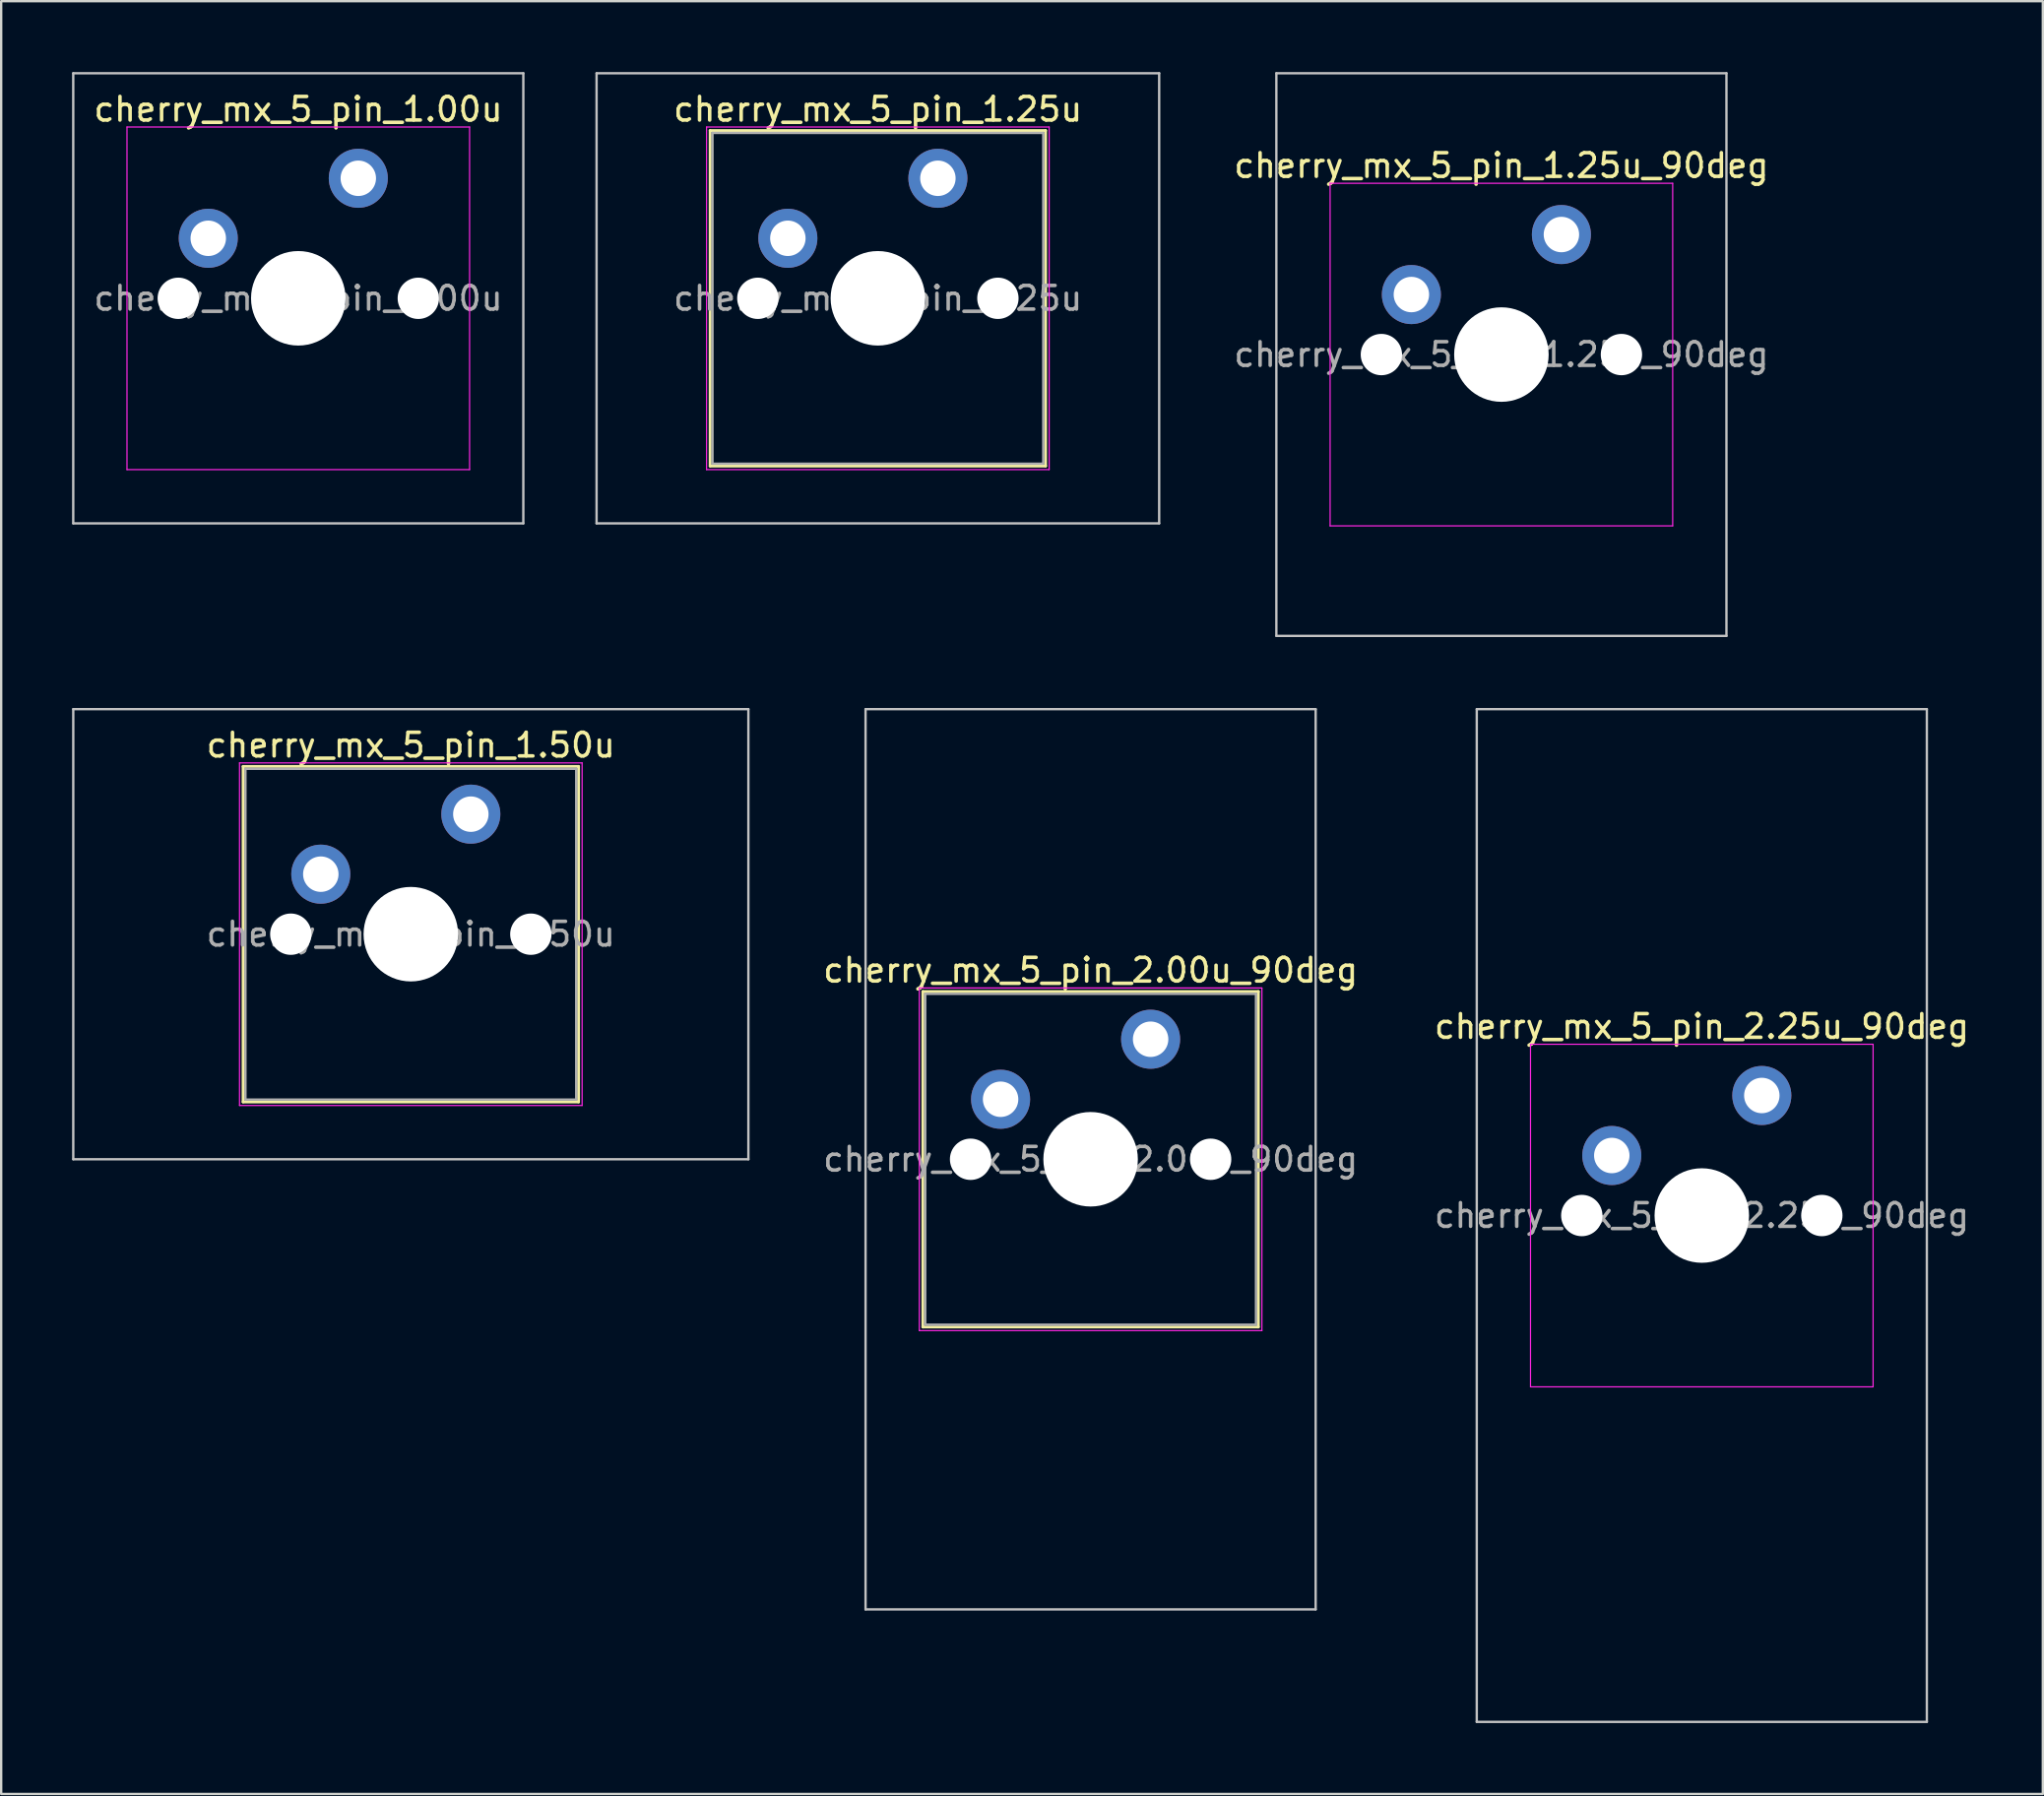
<source format=kicad_pcb>
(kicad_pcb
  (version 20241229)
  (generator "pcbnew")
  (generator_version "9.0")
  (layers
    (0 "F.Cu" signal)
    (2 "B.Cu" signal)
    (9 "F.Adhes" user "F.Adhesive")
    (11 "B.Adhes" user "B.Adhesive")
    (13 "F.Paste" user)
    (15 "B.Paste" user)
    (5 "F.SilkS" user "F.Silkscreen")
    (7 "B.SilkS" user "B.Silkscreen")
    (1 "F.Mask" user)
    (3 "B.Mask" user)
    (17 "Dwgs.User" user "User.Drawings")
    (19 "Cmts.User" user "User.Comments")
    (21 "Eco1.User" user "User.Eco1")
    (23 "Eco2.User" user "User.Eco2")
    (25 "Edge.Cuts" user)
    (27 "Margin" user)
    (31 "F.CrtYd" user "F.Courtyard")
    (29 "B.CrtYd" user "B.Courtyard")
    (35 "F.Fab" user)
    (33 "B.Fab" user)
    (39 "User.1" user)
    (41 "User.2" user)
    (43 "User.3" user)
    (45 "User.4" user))
  (footprint "cherry_mx_5_pin_1.25u_90deg"
    (layer "F.Cu")
    (at 60.497 11.956)
    (property "Reference" "cherry_mx_5_pin_1.25u_90deg" (at 0 -8 0) (layer "F.SilkS") (effects (font (size 1 1) (thickness 0.15))))
    (fp_line (start -9.525 -11.906) (end 9.525 -11.906) (stroke (width 0.1) (type solid)) (layer "Dwgs.User"))
    (fp_line (start -9.525 11.906) (end -9.525 -11.906) (stroke (width 0.1) (type solid)) (layer "Dwgs.User"))
    (fp_line (start 9.525 -11.906) (end 9.525 11.906) (stroke (width 0.1) (type solid)) (layer "Dwgs.User"))
    (fp_line (start 9.525 11.906) (end -9.525 11.906) (stroke (width 0.1) (type solid)) (layer "Dwgs.User"))
    (fp_line (start -7 -6.5) (end -7 6.491) (stroke (width 0.1) (type solid)) (layer "Eco2.User"))
    (fp_line (start -6.5 -7) (end 6.5 -7) (stroke (width 0.1) (type solid)) (layer "Eco2.User"))
    (fp_line (start -6.5 6.991) (end 6.5 7) (stroke (width 0.1) (type solid)) (layer "Eco2.User"))
    (fp_line (start 7 -6.5) (end 7 6.5) (stroke (width 0.1) (type solid)) (layer "Eco2.User"))
    (fp_arc (start -7 -6.5) (mid -6.853553 -6.853553) (end -6.5 -7) (stroke (width 0.1) (type solid)) (layer "Eco2.User"))
    (fp_arc (start -6.5 6.990924) (mid -6.853553 6.844477) (end -7 6.490924) (stroke (width 0.1) (type solid)) (layer "Eco2.User"))
    (fp_arc (start 6.5 -7) (mid 6.853553 -6.853553) (end 7 -6.5) (stroke (width 0.1) (type solid)) (layer "Eco2.User"))
    (fp_arc (start 7 6.5) (mid 6.853553 6.853553) (end 6.5 7) (stroke (width 0.1) (type solid)) (layer "Eco2.User"))
    (fp_line (start -7.25 -7.25) (end -7.25 7.25) (stroke (width 0.05) (type solid)) (layer "F.CrtYd"))
    (fp_line (start -7.25 7.25) (end 7.25 7.25) (stroke (width 0.05) (type solid)) (layer "F.CrtYd"))
    (fp_line (start 7.25 -7.25) (end -7.25 -7.25) (stroke (width 0.05) (type solid)) (layer "F.CrtYd"))
    (fp_line (start 7.25 7.25) (end 7.25 -7.25) (stroke (width 0.05) (type solid)) (layer "F.CrtYd"))
    (fp_text user "${REFERENCE}" (at 0 0 0) (layer "F.Fab") (effects (font (size 1 1) (thickness 0.15))))
    (pad "" np_thru_hole circle (at -5.08 0) (size 1.75 1.75) (drill 1.75) (layers "*.Cu" "*.Mask"))
    (pad "" smd circle (at -3.81 -2.54) (size 1.55 1.55) (layers "F.Mask"))
    (pad "" np_thru_hole circle (at 0 0) (size 4 4) (drill 4) (layers "*.Cu" "*.Mask"))
    (pad "" smd circle (at 2.54 -5.08) (size 1.55 1.55) (layers "F.Mask"))
    (pad "" np_thru_hole circle (at 5.08 0) (size 1.75 1.75) (drill 1.75) (layers "*.Cu" "*.Mask"))
    (pad "1" thru_hole circle (at -3.81 -2.54) (size 2.5 2.5) (drill 1.5) (layers "*.Cu" "B.Mask"))
    (pad "2" thru_hole circle (at 2.54 -5.08) (size 2.5 2.5) (drill 1.5) (layers "*.Cu" "B.Mask")))
  (footprint "cherry_mx_5_pin_2.00u_90deg"
    (layer "F.Cu")
    (at 43.11 46.013)
    (property "Reference" "cherry_mx_5_pin_2.00u_90deg" (at 0 -8 0) (layer "F.SilkS") (effects (font (size 1 1) (thickness 0.15))))
    (attr through_hole)
    (fp_line (start -7.1 -7.1) (end -7.1 7.1) (stroke (width 0.12) (type solid)) (layer "F.SilkS"))
    (fp_line (start -7.1 7.1) (end 7.1 7.1) (stroke (width 0.12) (type solid)) (layer "F.SilkS"))
    (fp_line (start 7.1 -7.1) (end -7.1 -7.1) (stroke (width 0.12) (type solid)) (layer "F.SilkS"))
    (fp_line (start 7.1 7.1) (end 7.1 -7.1) (stroke (width 0.12) (type solid)) (layer "F.SilkS"))
    (fp_line (start -9.525 -19.05) (end 9.525 -19.05) (stroke (width 0.1) (type solid)) (layer "Dwgs.User"))
    (fp_line (start -9.525 19.05) (end -9.525 -19.05) (stroke (width 0.1) (type solid)) (layer "Dwgs.User"))
    (fp_line (start 9.525 -19.05) (end 9.525 19.05) (stroke (width 0.1) (type solid)) (layer "Dwgs.User"))
    (fp_line (start 9.525 19.05) (end -9.525 19.05) (stroke (width 0.1) (type solid)) (layer "Dwgs.User"))
    (fp_line (start -7 -7) (end -7 7) (stroke (width 0.1) (type solid)) (layer "Eco1.User"))
    (fp_line (start -7 7) (end 7 7) (stroke (width 0.1) (type solid)) (layer "Eco1.User"))
    (fp_line (start 7 -7) (end -7 -7) (stroke (width 0.1) (type solid)) (layer "Eco1.User"))
    (fp_line (start 7 7) (end 7 -7) (stroke (width 0.1) (type solid)) (layer "Eco1.User"))
    (fp_line (start -7.25 -7.25) (end -7.25 7.25) (stroke (width 0.05) (type solid)) (layer "F.CrtYd"))
    (fp_line (start -7.25 7.25) (end 7.25 7.25) (stroke (width 0.05) (type solid)) (layer "F.CrtYd"))
    (fp_line (start 7.25 -7.25) (end -7.25 -7.25) (stroke (width 0.05) (type solid)) (layer "F.CrtYd"))
    (fp_line (start 7.25 7.25) (end 7.25 -7.25) (stroke (width 0.05) (type solid)) (layer "F.CrtYd"))
    (fp_line (start -7 -7) (end -7 7) (stroke (width 0.1) (type solid)) (layer "F.Fab"))
    (fp_line (start -7 7) (end 7 7) (stroke (width 0.1) (type solid)) (layer "F.Fab"))
    (fp_line (start 7 -7) (end -7 -7) (stroke (width 0.1) (type solid)) (layer "F.Fab"))
    (fp_line (start 7 7) (end 7 -7) (stroke (width 0.1) (type solid)) (layer "F.Fab"))
    (fp_text user "${REFERENCE}" (at 0 0 0) (layer "F.Fab") (effects (font (size 1 1) (thickness 0.15))))
    (pad "" np_thru_hole circle (at -5.08 0) (size 1.75 1.75) (drill 1.75) (layers "*.Cu" "*.Mask"))
    (pad "" smd circle (at -3.81 -2.54) (size 1.55 1.55) (layers "F.Mask"))
    (pad "" np_thru_hole circle (at 0 0) (size 4 4) (drill 4) (layers "*.Cu" "*.Mask"))
    (pad "" smd circle (at 2.54 -5.08) (size 1.55 1.55) (layers "F.Mask"))
    (pad "" np_thru_hole circle (at 5.08 0) (size 1.75 1.75) (drill 1.75) (layers "*.Cu" "*.Mask"))
    (pad "1" thru_hole circle (at -3.81 -2.54) (size 2.5 2.5) (drill 1.5) (layers "*.Cu" "B.Mask"))
    (pad "2" thru_hole circle (at 2.54 -5.08) (size 2.5 2.5) (drill 1.5) (layers "*.Cu" "B.Mask")))
  (footprint "cherry_mx_5_pin_1.50u"
    (layer "F.Cu")
    (at 14.338 36.487)
    (property "Reference" "cherry_mx_5_pin_1.50u" (at 0 -8 0) (layer "F.SilkS") (effects (font (size 1 1) (thickness 0.15))))
    (attr through_hole)
    (fp_line (start -7.1 -7.1) (end -7.1 7.1) (stroke (width 0.12) (type solid)) (layer "F.SilkS"))
    (fp_line (start -7.1 7.1) (end 7.1 7.1) (stroke (width 0.12) (type solid)) (layer "F.SilkS"))
    (fp_line (start 7.1 -7.1) (end -7.1 -7.1) (stroke (width 0.12) (type solid)) (layer "F.SilkS"))
    (fp_line (start 7.1 7.1) (end 7.1 -7.1) (stroke (width 0.12) (type solid)) (layer "F.SilkS"))
    (fp_line (start -14.287 -9.525) (end -14.287 9.525) (stroke (width 0.1) (type solid)) (layer "Dwgs.User"))
    (fp_line (start -14.287 9.525) (end 14.287 9.525) (stroke (width 0.1) (type solid)) (layer "Dwgs.User"))
    (fp_line (start 14.287 -9.525) (end -14.287 -9.525) (stroke (width 0.1) (type solid)) (layer "Dwgs.User"))
    (fp_line (start 14.287 9.525) (end 14.287 -9.525) (stroke (width 0.1) (type solid)) (layer "Dwgs.User"))
    (fp_line (start -7 -7) (end -7 7) (stroke (width 0.1) (type solid)) (layer "Eco1.User"))
    (fp_line (start -7 7) (end 7 7) (stroke (width 0.1) (type solid)) (layer "Eco1.User"))
    (fp_line (start 7 -7) (end -7 -7) (stroke (width 0.1) (type solid)) (layer "Eco1.User"))
    (fp_line (start 7 7) (end 7 -7) (stroke (width 0.1) (type solid)) (layer "Eco1.User"))
    (fp_line (start -7.25 -7.25) (end -7.25 7.25) (stroke (width 0.05) (type solid)) (layer "F.CrtYd"))
    (fp_line (start -7.25 7.25) (end 7.25 7.25) (stroke (width 0.05) (type solid)) (layer "F.CrtYd"))
    (fp_line (start 7.25 -7.25) (end -7.25 -7.25) (stroke (width 0.05) (type solid)) (layer "F.CrtYd"))
    (fp_line (start 7.25 7.25) (end 7.25 -7.25) (stroke (width 0.05) (type solid)) (layer "F.CrtYd"))
    (fp_line (start -7 -7) (end -7 7) (stroke (width 0.1) (type solid)) (layer "F.Fab"))
    (fp_line (start -7 7) (end 7 7) (stroke (width 0.1) (type solid)) (layer "F.Fab"))
    (fp_line (start 7 -7) (end -7 -7) (stroke (width 0.1) (type solid)) (layer "F.Fab"))
    (fp_line (start 7 7) (end 7 -7) (stroke (width 0.1) (type solid)) (layer "F.Fab"))
    (fp_text user "${REFERENCE}" (at 0 0 0) (layer "F.Fab") (effects (font (size 1 1) (thickness 0.15))))
    (pad "" np_thru_hole circle (at -5.08 0) (size 1.75 1.75) (drill 1.75) (layers "*.Cu" "*.Mask"))
    (pad "" smd circle (at -3.81 -2.54) (size 1.55 1.55) (layers "F.Mask"))
    (pad "" np_thru_hole circle (at 0 0) (size 4 4) (drill 4) (layers "*.Cu" "*.Mask"))
    (pad "" smd circle (at 2.54 -5.08) (size 1.55 1.55) (layers "F.Mask"))
    (pad "" np_thru_hole circle (at 5.08 0) (size 1.75 1.75) (drill 1.75) (layers "*.Cu" "*.Mask"))
    (pad "1" thru_hole circle (at -3.81 -2.54) (size 2.5 2.5) (drill 1.5) (layers "*.Cu" "B.Mask"))
    (pad "2" thru_hole circle (at 2.54 -5.08) (size 2.5 2.5) (drill 1.5) (layers "*.Cu" "B.Mask")))
  (footprint "cherry_mx_5_pin_2.25u_90deg"
    (layer "F.Cu")
    (at 68.979 48.394)
    (property "Reference" "cherry_mx_5_pin_2.25u_90deg" (at 0 -8 0) (layer "F.SilkS") (effects (font (size 1 1) (thickness 0.15))))
    (fp_line (start -9.525 -21.431) (end 9.525 -21.431) (stroke (width 0.1) (type solid)) (layer "Dwgs.User"))
    (fp_line (start -9.525 21.431) (end -9.525 -21.431) (stroke (width 0.1) (type solid)) (layer "Dwgs.User"))
    (fp_line (start 9.525 -21.431) (end 9.525 21.431) (stroke (width 0.1) (type solid)) (layer "Dwgs.User"))
    (fp_line (start 9.525 21.431) (end -9.525 21.431) (stroke (width 0.1) (type solid)) (layer "Dwgs.User"))
    (fp_line (start -7.25 -7.25) (end -7.25 7.25) (stroke (width 0.05) (type solid)) (layer "F.CrtYd"))
    (fp_line (start -7.25 7.25) (end 7.25 7.25) (stroke (width 0.05) (type solid)) (layer "F.CrtYd"))
    (fp_line (start 7.25 -7.25) (end -7.25 -7.25) (stroke (width 0.05) (type solid)) (layer "F.CrtYd"))
    (fp_line (start 7.25 7.25) (end 7.25 -7.25) (stroke (width 0.05) (type solid)) (layer "F.CrtYd"))
    (fp_text user "${REFERENCE}" (at 0 0 0) (layer "F.Fab") (effects (font (size 1 1) (thickness 0.15))))
    (pad "" np_thru_hole circle (at -5.08 0) (size 1.75 1.75) (drill 1.75) (layers "*.Cu" "*.Mask"))
    (pad "" smd circle (at -3.81 -2.54) (size 1.55 1.55) (layers "F.Mask"))
    (pad "" np_thru_hole circle (at 0 0) (size 4 4) (drill 4) (layers "*.Cu" "*.Mask"))
    (pad "" smd circle (at 2.54 -5.08) (size 1.55 1.55) (layers "F.Mask"))
    (pad "" np_thru_hole circle (at 5.08 0) (size 1.75 1.75) (drill 1.75) (layers "*.Cu" "*.Mask"))
    (pad "1" thru_hole circle (at -3.81 -2.54) (size 2.5 2.5) (drill 1.5) (layers "*.Cu" "B.Mask"))
    (pad "2" thru_hole circle (at 2.54 -5.08) (size 2.5 2.5) (drill 1.5) (layers "*.Cu" "B.Mask")))
  (footprint "cherry_mx_5_pin_1.00u"
    (layer "F.Cu")
    (at 9.575 9.575)
    (property "Reference" "cherry_mx_5_pin_1.00u" (at 0 -8 0) (layer "F.SilkS") (effects (font (size 1 1) (thickness 0.15))))
    (fp_line (start -9.525 -9.525) (end -9.525 9.525) (stroke (width 0.1) (type solid)) (layer "Dwgs.User"))
    (fp_line (start -9.525 9.525) (end 9.525 9.525) (stroke (width 0.1) (type solid)) (layer "Dwgs.User"))
    (fp_line (start 9.525 -9.525) (end -9.525 -9.525) (stroke (width 0.1) (type solid)) (layer "Dwgs.User"))
    (fp_line (start 9.525 9.525) (end 9.525 -9.525) (stroke (width 0.1) (type solid)) (layer "Dwgs.User"))
    (fp_line (start -7 -6.5) (end -7 6.491) (stroke (width 0.1) (type solid)) (layer "Eco2.User"))
    (fp_line (start -6.5 -7) (end 6.5 -7) (stroke (width 0.1) (type solid)) (layer "Eco2.User"))
    (fp_line (start -6.5 6.991) (end 6.5 7) (stroke (width 0.1) (type solid)) (layer "Eco2.User"))
    (fp_line (start 7 -6.5) (end 7 6.5) (stroke (width 0.1) (type solid)) (layer "Eco2.User"))
    (fp_arc (start -7 -6.5) (mid -6.853553 -6.853553) (end -6.5 -7) (stroke (width 0.1) (type solid)) (layer "Eco2.User"))
    (fp_arc (start -6.5 6.990924) (mid -6.853553 6.844477) (end -7 6.490924) (stroke (width 0.1) (type solid)) (layer "Eco2.User"))
    (fp_arc (start 6.5 -7) (mid 6.853553 -6.853553) (end 7 -6.5) (stroke (width 0.1) (type solid)) (layer "Eco2.User"))
    (fp_arc (start 7 6.5) (mid 6.853553 6.853553) (end 6.5 7) (stroke (width 0.1) (type solid)) (layer "Eco2.User"))
    (fp_line (start -7.25 -7.25) (end -7.25 7.25) (stroke (width 0.05) (type solid)) (layer "F.CrtYd"))
    (fp_line (start -7.25 7.25) (end 7.25 7.25) (stroke (width 0.05) (type solid)) (layer "F.CrtYd"))
    (fp_line (start 7.25 -7.25) (end -7.25 -7.25) (stroke (width 0.05) (type solid)) (layer "F.CrtYd"))
    (fp_line (start 7.25 7.25) (end 7.25 -7.25) (stroke (width 0.05) (type solid)) (layer "F.CrtYd"))
    (fp_text user "${REFERENCE}" (at 0 0 0) (layer "F.Fab") (effects (font (size 1 1) (thickness 0.15))))
    (pad "" np_thru_hole circle (at -5.08 0) (size 1.75 1.75) (drill 1.75) (layers "*.Cu" "*.Mask"))
    (pad "" smd circle (at -3.81 -2.54) (size 1.55 1.55) (layers "F.Mask"))
    (pad "" np_thru_hole circle (at 0 0) (size 4 4) (drill 4) (layers "*.Cu" "*.Mask"))
    (pad "" smd circle (at 2.54 -5.08) (size 1.55 1.55) (layers "F.Mask"))
    (pad "" np_thru_hole circle (at 5.08 0) (size 1.75 1.75) (drill 1.75) (layers "*.Cu" "*.Mask"))
    (pad "1" thru_hole circle (at -3.81 -2.54) (size 2.5 2.5) (drill 1.5) (layers "*.Cu" "B.Mask"))
    (pad "2" thru_hole circle (at 2.54 -5.08) (size 2.5 2.5) (drill 1.5) (layers "*.Cu" "B.Mask")))
  (footprint "cherry_mx_5_pin_1.25u"
    (layer "F.Cu")
    (at 34.106 9.575)
    (property "Reference" "cherry_mx_5_pin_1.25u" (at 0 -8 0) (layer "F.SilkS") (effects (font (size 1 1) (thickness 0.15))))
    (attr through_hole)
    (fp_line (start -7.1 -7.1) (end -7.1 7.1) (stroke (width 0.12) (type solid)) (layer "F.SilkS"))
    (fp_line (start -7.1 7.1) (end 7.1 7.1) (stroke (width 0.12) (type solid)) (layer "F.SilkS"))
    (fp_line (start 7.1 -7.1) (end -7.1 -7.1) (stroke (width 0.12) (type solid)) (layer "F.SilkS"))
    (fp_line (start 7.1 7.1) (end 7.1 -7.1) (stroke (width 0.12) (type solid)) (layer "F.SilkS"))
    (fp_line (start -11.906 -9.525) (end -11.906 9.525) (stroke (width 0.1) (type solid)) (layer "Dwgs.User"))
    (fp_line (start -11.906 9.525) (end 11.906 9.525) (stroke (width 0.1) (type solid)) (layer "Dwgs.User"))
    (fp_line (start 11.906 -9.525) (end -11.906 -9.525) (stroke (width 0.1) (type solid)) (layer "Dwgs.User"))
    (fp_line (start 11.906 9.525) (end 11.906 -9.525) (stroke (width 0.1) (type solid)) (layer "Dwgs.User"))
    (fp_line (start -7 -7) (end -7 7) (stroke (width 0.1) (type solid)) (layer "Eco1.User"))
    (fp_line (start -7 7) (end 7 7) (stroke (width 0.1) (type solid)) (layer "Eco1.User"))
    (fp_line (start 7 -7) (end -7 -7) (stroke (width 0.1) (type solid)) (layer "Eco1.User"))
    (fp_line (start 7 7) (end 7 -7) (stroke (width 0.1) (type solid)) (layer "Eco1.User"))
    (fp_line (start -7.25 -7.25) (end -7.25 7.25) (stroke (width 0.05) (type solid)) (layer "F.CrtYd"))
    (fp_line (start -7.25 7.25) (end 7.25 7.25) (stroke (width 0.05) (type solid)) (layer "F.CrtYd"))
    (fp_line (start 7.25 -7.25) (end -7.25 -7.25) (stroke (width 0.05) (type solid)) (layer "F.CrtYd"))
    (fp_line (start 7.25 7.25) (end 7.25 -7.25) (stroke (width 0.05) (type solid)) (layer "F.CrtYd"))
    (fp_line (start -7 -7) (end -7 7) (stroke (width 0.1) (type solid)) (layer "F.Fab"))
    (fp_line (start -7 7) (end 7 7) (stroke (width 0.1) (type solid)) (layer "F.Fab"))
    (fp_line (start 7 -7) (end -7 -7) (stroke (width 0.1) (type solid)) (layer "F.Fab"))
    (fp_line (start 7 7) (end 7 -7) (stroke (width 0.1) (type solid)) (layer "F.Fab"))
    (fp_text user "${REFERENCE}" (at 0 0 0) (layer "F.Fab") (effects (font (size 1 1) (thickness 0.15))))
    (pad "" np_thru_hole circle (at -5.08 0) (size 1.75 1.75) (drill 1.75) (layers "*.Cu" "*.Mask"))
    (pad "" smd circle (at -3.81 -2.54) (size 1.55 1.55) (layers "F.Mask"))
    (pad "" np_thru_hole circle (at 0 0) (size 4 4) (drill 4) (layers "*.Cu" "*.Mask"))
    (pad "" smd circle (at 2.54 -5.08) (size 1.55 1.55) (layers "F.Mask"))
    (pad "" np_thru_hole circle (at 5.08 0) (size 1.75 1.75) (drill 1.75) (layers "*.Cu" "*.Mask"))
    (pad "1" thru_hole circle (at -3.81 -2.54) (size 2.5 2.5) (drill 1.5) (layers "*.Cu" "B.Mask"))
    (pad "2" thru_hole circle (at 2.54 -5.08) (size 2.5 2.5) (drill 1.5) (layers "*.Cu" "B.Mask")))
  (gr_rect
    (start -3 -3)
    (end 83.413 72.875)
    (stroke (width 0.1) (type default))
    (fill no)
    (layer "Edge.Cuts")))
</source>
